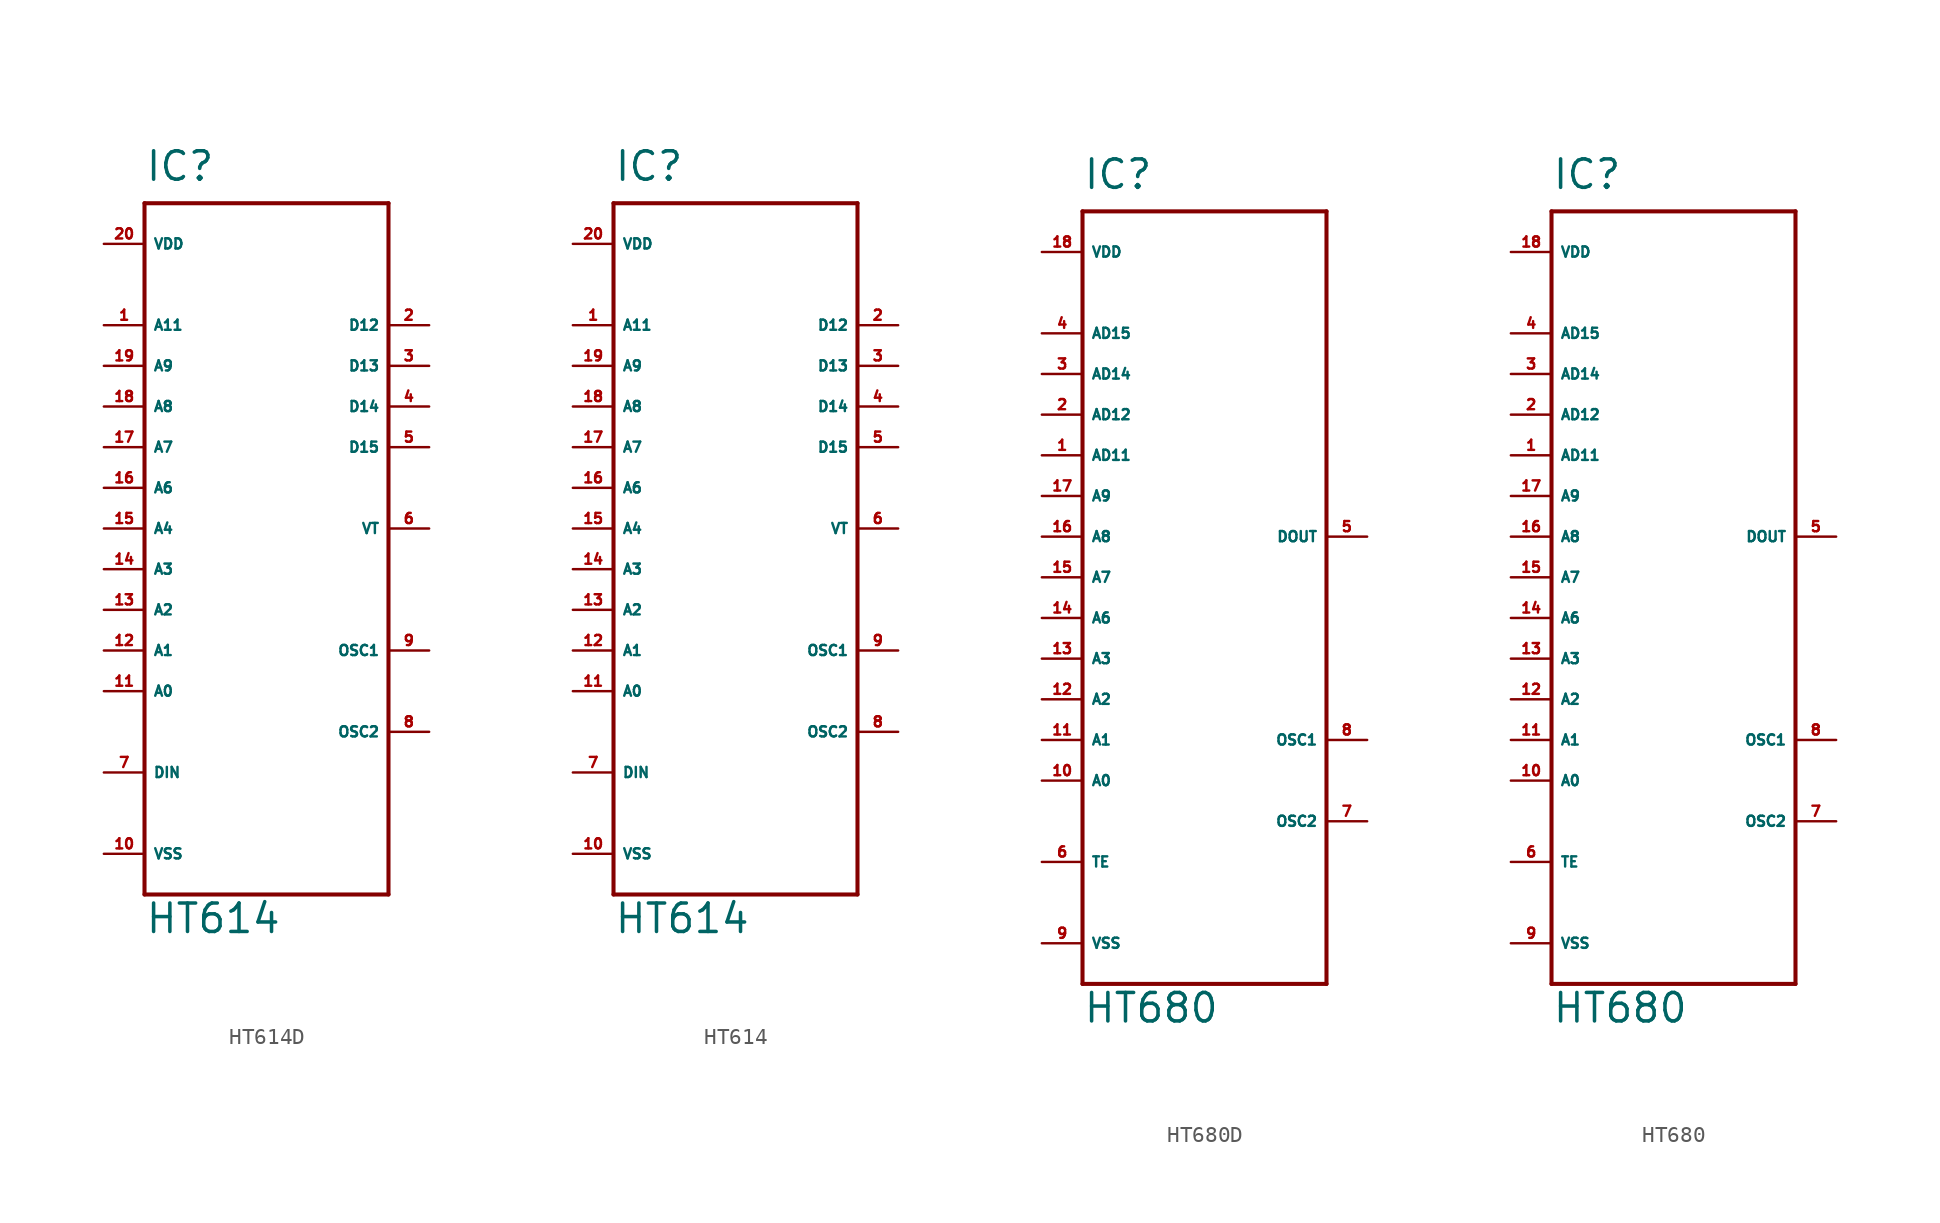
<source format=kicad_sym>
(kicad_symbol_lib
  (version 20220914)
  (generator Eagle2Kicad)
  (symbol "HT614D"
    (property "Reference" "IC"
      (at -7.62 21.59 0)
      (effects (font (size 1.778 1.778) (thickness 0.22)) (justify left bottom)))
    (property "Value" "HT614"
      (at -7.62 -25.4 0)
      (effects (font (size 1.778 1.778) (thickness 0.22)) (justify left bottom)))
    (polyline
      (pts (xy -7.62 20.32) (xy 7.62 20.32))
      (stroke (width 0.254) (type default))
      (fill (type none)))
    (polyline
      (pts (xy 7.62 20.32) (xy 7.62 -22.86))
      (stroke (width 0.254) (type default))
      (fill (type none)))
    (polyline
      (pts (xy 7.62 -22.86) (xy -7.62 -22.86))
      (stroke (width 0.254) (type default))
      (fill (type none)))
    (polyline
      (pts (xy -7.62 -22.86) (xy -7.62 20.32))
      (stroke (width 0.254) (type default))
      (fill (type none)))
    (pin input line
      (at -10.16 -10.16 0)
      (length 2.54)
      (name "A0" (effects (font (size 0.635 0.635) (thickness 0.08)) (justify left bottom)))
      (number "11" (effects (font (size 0.635 0.635) (thickness 0.08)) (justify left bottom))))
    (pin input line
      (at -10.16 -7.62 0)
      (length 2.54)
      (name "A1" (effects (font (size 0.635 0.635) (thickness 0.08)) (justify left bottom)))
      (number "12" (effects (font (size 0.635 0.635) (thickness 0.08)) (justify left bottom))))
    (pin input line
      (at -10.16 -5.08 0)
      (length 2.54)
      (name "A2" (effects (font (size 0.635 0.635) (thickness 0.08)) (justify left bottom)))
      (number "13" (effects (font (size 0.635 0.635) (thickness 0.08)) (justify left bottom))))
    (pin input line
      (at -10.16 -2.54 0)
      (length 2.54)
      (name "A3" (effects (font (size 0.635 0.635) (thickness 0.08)) (justify left bottom)))
      (number "14" (effects (font (size 0.635 0.635) (thickness 0.08)) (justify left bottom))))
    (pin input line
      (at -10.16 0 0)
      (length 2.54)
      (name "A4" (effects (font (size 0.635 0.635) (thickness 0.08)) (justify left bottom)))
      (number "15" (effects (font (size 0.635 0.635) (thickness 0.08)) (justify left bottom))))
    (pin input line
      (at -10.16 2.54 0)
      (length 2.54)
      (name "A6" (effects (font (size 0.635 0.635) (thickness 0.08)) (justify left bottom)))
      (number "16" (effects (font (size 0.635 0.635) (thickness 0.08)) (justify left bottom))))
    (pin input line
      (at -10.16 5.08 0)
      (length 2.54)
      (name "A7" (effects (font (size 0.635 0.635) (thickness 0.08)) (justify left bottom)))
      (number "17" (effects (font (size 0.635 0.635) (thickness 0.08)) (justify left bottom))))
    (pin input line
      (at -10.16 7.62 0)
      (length 2.54)
      (name "A8" (effects (font (size 0.635 0.635) (thickness 0.08)) (justify left bottom)))
      (number "18" (effects (font (size 0.635 0.635) (thickness 0.08)) (justify left bottom))))
    (pin input line
      (at -10.16 10.16 0)
      (length 2.54)
      (name "A9" (effects (font (size 0.635 0.635) (thickness 0.08)) (justify left bottom)))
      (number "19" (effects (font (size 0.635 0.635) (thickness 0.08)) (justify left bottom))))
    (pin input line
      (at -10.16 12.7 0)
      (length 2.54)
      (name "A11" (effects (font (size 0.635 0.635) (thickness 0.08)) (justify left bottom)))
      (number "1" (effects (font (size 0.635 0.635) (thickness 0.08)) (justify left bottom))))
    (pin output line
      (at 10.16 12.7 180)
      (length 2.54)
      (name "D12" (effects (font (size 0.635 0.635) (thickness 0.08)) (justify left bottom)))
      (number "2" (effects (font (size 0.635 0.635) (thickness 0.08)) (justify left bottom))))
    (pin output line
      (at 10.16 10.16 180)
      (length 2.54)
      (name "D13" (effects (font (size 0.635 0.635) (thickness 0.08)) (justify left bottom)))
      (number "3" (effects (font (size 0.635 0.635) (thickness 0.08)) (justify left bottom))))
    (pin output line
      (at 10.16 7.62 180)
      (length 2.54)
      (name "D14" (effects (font (size 0.635 0.635) (thickness 0.08)) (justify left bottom)))
      (number "4" (effects (font (size 0.635 0.635) (thickness 0.08)) (justify left bottom))))
    (pin output line
      (at 10.16 5.08 180)
      (length 2.54)
      (name "D15" (effects (font (size 0.635 0.635) (thickness 0.08)) (justify left bottom)))
      (number "5" (effects (font (size 0.635 0.635) (thickness 0.08)) (justify left bottom))))
    (pin output line
      (at 10.16 0 180)
      (length 2.54)
      (name "VT" (effects (font (size 0.635 0.635) (thickness 0.08)) (justify left bottom)))
      (number "6" (effects (font (size 0.635 0.635) (thickness 0.08)) (justify left bottom))))
    (pin input line
      (at -10.16 -15.24 0)
      (length 2.54)
      (name "DIN" (effects (font (size 0.635 0.635) (thickness 0.08)) (justify left bottom)))
      (number "7" (effects (font (size 0.635 0.635) (thickness 0.08)) (justify left bottom))))
    (pin unspecified line
      (at -10.16 -20.32 0)
      (length 2.54)
      (name "VSS" (effects (font (size 0.635 0.635) (thickness 0.08)) (justify left bottom)))
      (number "10" (effects (font (size 0.635 0.635) (thickness 0.08)) (justify left bottom))))
    (pin unspecified line
      (at -10.16 17.78 0)
      (length 2.54)
      (name "VDD" (effects (font (size 0.635 0.635) (thickness 0.08)) (justify left bottom)))
      (number "20" (effects (font (size 0.635 0.635) (thickness 0.08)) (justify left bottom))))
    (pin input line
      (at 10.16 -7.62 180)
      (length 2.54)
      (name "OSC1" (effects (font (size 0.635 0.635) (thickness 0.08)) (justify left bottom)))
      (number "9" (effects (font (size 0.635 0.635) (thickness 0.08)) (justify left bottom))))
    (pin output line
      (at 10.16 -12.7 180)
      (length 2.54)
      (name "OSC2" (effects (font (size 0.635 0.635) (thickness 0.08)) (justify left bottom)))
      (number "8" (effects (font (size 0.635 0.635) (thickness 0.08)) (justify left bottom)))))
  (symbol "HT614"
    (property "Reference" "IC"
      (at -7.62 21.59 0)
      (effects (font (size 1.778 1.778) (thickness 0.22)) (justify left bottom)))
    (property "Value" "HT614"
      (at -7.62 -25.4 0)
      (effects (font (size 1.778 1.778) (thickness 0.22)) (justify left bottom)))
    (polyline
      (pts (xy -7.62 20.32) (xy 7.62 20.32))
      (stroke (width 0.254) (type default))
      (fill (type none)))
    (polyline
      (pts (xy 7.62 20.32) (xy 7.62 -22.86))
      (stroke (width 0.254) (type default))
      (fill (type none)))
    (polyline
      (pts (xy 7.62 -22.86) (xy -7.62 -22.86))
      (stroke (width 0.254) (type default))
      (fill (type none)))
    (polyline
      (pts (xy -7.62 -22.86) (xy -7.62 20.32))
      (stroke (width 0.254) (type default))
      (fill (type none)))
    (pin input line
      (at -10.16 -10.16 0)
      (length 2.54)
      (name "A0" (effects (font (size 0.635 0.635) (thickness 0.08)) (justify left bottom)))
      (number "11" (effects (font (size 0.635 0.635) (thickness 0.08)) (justify left bottom))))
    (pin input line
      (at -10.16 -7.62 0)
      (length 2.54)
      (name "A1" (effects (font (size 0.635 0.635) (thickness 0.08)) (justify left bottom)))
      (number "12" (effects (font (size 0.635 0.635) (thickness 0.08)) (justify left bottom))))
    (pin input line
      (at -10.16 -5.08 0)
      (length 2.54)
      (name "A2" (effects (font (size 0.635 0.635) (thickness 0.08)) (justify left bottom)))
      (number "13" (effects (font (size 0.635 0.635) (thickness 0.08)) (justify left bottom))))
    (pin input line
      (at -10.16 -2.54 0)
      (length 2.54)
      (name "A3" (effects (font (size 0.635 0.635) (thickness 0.08)) (justify left bottom)))
      (number "14" (effects (font (size 0.635 0.635) (thickness 0.08)) (justify left bottom))))
    (pin input line
      (at -10.16 0 0)
      (length 2.54)
      (name "A4" (effects (font (size 0.635 0.635) (thickness 0.08)) (justify left bottom)))
      (number "15" (effects (font (size 0.635 0.635) (thickness 0.08)) (justify left bottom))))
    (pin input line
      (at -10.16 2.54 0)
      (length 2.54)
      (name "A6" (effects (font (size 0.635 0.635) (thickness 0.08)) (justify left bottom)))
      (number "16" (effects (font (size 0.635 0.635) (thickness 0.08)) (justify left bottom))))
    (pin input line
      (at -10.16 5.08 0)
      (length 2.54)
      (name "A7" (effects (font (size 0.635 0.635) (thickness 0.08)) (justify left bottom)))
      (number "17" (effects (font (size 0.635 0.635) (thickness 0.08)) (justify left bottom))))
    (pin input line
      (at -10.16 7.62 0)
      (length 2.54)
      (name "A8" (effects (font (size 0.635 0.635) (thickness 0.08)) (justify left bottom)))
      (number "18" (effects (font (size 0.635 0.635) (thickness 0.08)) (justify left bottom))))
    (pin input line
      (at -10.16 10.16 0)
      (length 2.54)
      (name "A9" (effects (font (size 0.635 0.635) (thickness 0.08)) (justify left bottom)))
      (number "19" (effects (font (size 0.635 0.635) (thickness 0.08)) (justify left bottom))))
    (pin input line
      (at -10.16 12.7 0)
      (length 2.54)
      (name "A11" (effects (font (size 0.635 0.635) (thickness 0.08)) (justify left bottom)))
      (number "1" (effects (font (size 0.635 0.635) (thickness 0.08)) (justify left bottom))))
    (pin output line
      (at 10.16 12.7 180)
      (length 2.54)
      (name "D12" (effects (font (size 0.635 0.635) (thickness 0.08)) (justify left bottom)))
      (number "2" (effects (font (size 0.635 0.635) (thickness 0.08)) (justify left bottom))))
    (pin output line
      (at 10.16 10.16 180)
      (length 2.54)
      (name "D13" (effects (font (size 0.635 0.635) (thickness 0.08)) (justify left bottom)))
      (number "3" (effects (font (size 0.635 0.635) (thickness 0.08)) (justify left bottom))))
    (pin output line
      (at 10.16 7.62 180)
      (length 2.54)
      (name "D14" (effects (font (size 0.635 0.635) (thickness 0.08)) (justify left bottom)))
      (number "4" (effects (font (size 0.635 0.635) (thickness 0.08)) (justify left bottom))))
    (pin output line
      (at 10.16 5.08 180)
      (length 2.54)
      (name "D15" (effects (font (size 0.635 0.635) (thickness 0.08)) (justify left bottom)))
      (number "5" (effects (font (size 0.635 0.635) (thickness 0.08)) (justify left bottom))))
    (pin output line
      (at 10.16 0 180)
      (length 2.54)
      (name "VT" (effects (font (size 0.635 0.635) (thickness 0.08)) (justify left bottom)))
      (number "6" (effects (font (size 0.635 0.635) (thickness 0.08)) (justify left bottom))))
    (pin input line
      (at -10.16 -15.24 0)
      (length 2.54)
      (name "DIN" (effects (font (size 0.635 0.635) (thickness 0.08)) (justify left bottom)))
      (number "7" (effects (font (size 0.635 0.635) (thickness 0.08)) (justify left bottom))))
    (pin unspecified line
      (at -10.16 -20.32 0)
      (length 2.54)
      (name "VSS" (effects (font (size 0.635 0.635) (thickness 0.08)) (justify left bottom)))
      (number "10" (effects (font (size 0.635 0.635) (thickness 0.08)) (justify left bottom))))
    (pin unspecified line
      (at -10.16 17.78 0)
      (length 2.54)
      (name "VDD" (effects (font (size 0.635 0.635) (thickness 0.08)) (justify left bottom)))
      (number "20" (effects (font (size 0.635 0.635) (thickness 0.08)) (justify left bottom))))
    (pin input line
      (at 10.16 -7.62 180)
      (length 2.54)
      (name "OSC1" (effects (font (size 0.635 0.635) (thickness 0.08)) (justify left bottom)))
      (number "9" (effects (font (size 0.635 0.635) (thickness 0.08)) (justify left bottom))))
    (pin output line
      (at 10.16 -12.7 180)
      (length 2.54)
      (name "OSC2" (effects (font (size 0.635 0.635) (thickness 0.08)) (justify left bottom)))
      (number "8" (effects (font (size 0.635 0.635) (thickness 0.08)) (justify left bottom)))))
  (symbol "HT680D"
    (property "Reference" "IC"
      (at -7.62 24.13 0)
      (effects (font (size 1.778 1.778) (thickness 0.22)) (justify left bottom)))
    (property "Value" "HT680"
      (at -7.62 -27.94 0)
      (effects (font (size 1.778 1.778) (thickness 0.22)) (justify left bottom)))
    (polyline
      (pts (xy -7.62 22.86) (xy 7.62 22.86))
      (stroke (width 0.254) (type default))
      (fill (type none)))
    (polyline
      (pts (xy 7.62 22.86) (xy 7.62 -25.4))
      (stroke (width 0.254) (type default))
      (fill (type none)))
    (polyline
      (pts (xy 7.62 -25.4) (xy -7.62 -25.4))
      (stroke (width 0.254) (type default))
      (fill (type none)))
    (polyline
      (pts (xy -7.62 -25.4) (xy -7.62 22.86))
      (stroke (width 0.254) (type default))
      (fill (type none)))
    (pin input line
      (at -10.16 -12.7 0)
      (length 2.54)
      (name "A0" (effects (font (size 0.635 0.635) (thickness 0.08)) (justify left bottom)))
      (number "10" (effects (font (size 0.635 0.635) (thickness 0.08)) (justify left bottom))))
    (pin input line
      (at -10.16 -10.16 0)
      (length 2.54)
      (name "A1" (effects (font (size 0.635 0.635) (thickness 0.08)) (justify left bottom)))
      (number "11" (effects (font (size 0.635 0.635) (thickness 0.08)) (justify left bottom))))
    (pin input line
      (at -10.16 -7.62 0)
      (length 2.54)
      (name "A2" (effects (font (size 0.635 0.635) (thickness 0.08)) (justify left bottom)))
      (number "12" (effects (font (size 0.635 0.635) (thickness 0.08)) (justify left bottom))))
    (pin input line
      (at -10.16 -5.08 0)
      (length 2.54)
      (name "A3" (effects (font (size 0.635 0.635) (thickness 0.08)) (justify left bottom)))
      (number "13" (effects (font (size 0.635 0.635) (thickness 0.08)) (justify left bottom))))
    (pin input line
      (at -10.16 -2.54 0)
      (length 2.54)
      (name "A6" (effects (font (size 0.635 0.635) (thickness 0.08)) (justify left bottom)))
      (number "14" (effects (font (size 0.635 0.635) (thickness 0.08)) (justify left bottom))))
    (pin input line
      (at -10.16 0 0)
      (length 2.54)
      (name "A7" (effects (font (size 0.635 0.635) (thickness 0.08)) (justify left bottom)))
      (number "15" (effects (font (size 0.635 0.635) (thickness 0.08)) (justify left bottom))))
    (pin input line
      (at -10.16 2.54 0)
      (length 2.54)
      (name "A8" (effects (font (size 0.635 0.635) (thickness 0.08)) (justify left bottom)))
      (number "16" (effects (font (size 0.635 0.635) (thickness 0.08)) (justify left bottom))))
    (pin input line
      (at -10.16 5.08 0)
      (length 2.54)
      (name "A9" (effects (font (size 0.635 0.635) (thickness 0.08)) (justify left bottom)))
      (number "17" (effects (font (size 0.635 0.635) (thickness 0.08)) (justify left bottom))))
    (pin input line
      (at -10.16 7.62 0)
      (length 2.54)
      (name "AD11" (effects (font (size 0.635 0.635) (thickness 0.08)) (justify left bottom)))
      (number "1" (effects (font (size 0.635 0.635) (thickness 0.08)) (justify left bottom))))
    (pin input line
      (at -10.16 10.16 0)
      (length 2.54)
      (name "AD12" (effects (font (size 0.635 0.635) (thickness 0.08)) (justify left bottom)))
      (number "2" (effects (font (size 0.635 0.635) (thickness 0.08)) (justify left bottom))))
    (pin input line
      (at -10.16 12.7 0)
      (length 2.54)
      (name "AD14" (effects (font (size 0.635 0.635) (thickness 0.08)) (justify left bottom)))
      (number "3" (effects (font (size 0.635 0.635) (thickness 0.08)) (justify left bottom))))
    (pin input line
      (at -10.16 15.24 0)
      (length 2.54)
      (name "AD15" (effects (font (size 0.635 0.635) (thickness 0.08)) (justify left bottom)))
      (number "4" (effects (font (size 0.635 0.635) (thickness 0.08)) (justify left bottom))))
    (pin input line
      (at -10.16 -17.78 0)
      (length 2.54)
      (name "TE" (effects (font (size 0.635 0.635) (thickness 0.08)) (justify left bottom)))
      (number "6" (effects (font (size 0.635 0.635) (thickness 0.08)) (justify left bottom))))
    (pin input line
      (at 10.16 2.54 180)
      (length 2.54)
      (name "DOUT" (effects (font (size 0.635 0.635) (thickness 0.08)) (justify left bottom)))
      (number "5" (effects (font (size 0.635 0.635) (thickness 0.08)) (justify left bottom))))
    (pin unspecified line
      (at -10.16 -22.86 0)
      (length 2.54)
      (name "VSS" (effects (font (size 0.635 0.635) (thickness 0.08)) (justify left bottom)))
      (number "9" (effects (font (size 0.635 0.635) (thickness 0.08)) (justify left bottom))))
    (pin unspecified line
      (at -10.16 20.32 0)
      (length 2.54)
      (name "VDD" (effects (font (size 0.635 0.635) (thickness 0.08)) (justify left bottom)))
      (number "18" (effects (font (size 0.635 0.635) (thickness 0.08)) (justify left bottom))))
    (pin input line
      (at 10.16 -10.16 180)
      (length 2.54)
      (name "OSC1" (effects (font (size 0.635 0.635) (thickness 0.08)) (justify left bottom)))
      (number "8" (effects (font (size 0.635 0.635) (thickness 0.08)) (justify left bottom))))
    (pin output line
      (at 10.16 -15.24 180)
      (length 2.54)
      (name "OSC2" (effects (font (size 0.635 0.635) (thickness 0.08)) (justify left bottom)))
      (number "7" (effects (font (size 0.635 0.635) (thickness 0.08)) (justify left bottom)))))
  (symbol "HT680"
    (property "Reference" "IC"
      (at -7.62 24.13 0)
      (effects (font (size 1.778 1.778) (thickness 0.22)) (justify left bottom)))
    (property "Value" "HT680"
      (at -7.62 -27.94 0)
      (effects (font (size 1.778 1.778) (thickness 0.22)) (justify left bottom)))
    (polyline
      (pts (xy -7.62 22.86) (xy 7.62 22.86))
      (stroke (width 0.254) (type default))
      (fill (type none)))
    (polyline
      (pts (xy 7.62 22.86) (xy 7.62 -25.4))
      (stroke (width 0.254) (type default))
      (fill (type none)))
    (polyline
      (pts (xy 7.62 -25.4) (xy -7.62 -25.4))
      (stroke (width 0.254) (type default))
      (fill (type none)))
    (polyline
      (pts (xy -7.62 -25.4) (xy -7.62 22.86))
      (stroke (width 0.254) (type default))
      (fill (type none)))
    (pin input line
      (at -10.16 -12.7 0)
      (length 2.54)
      (name "A0" (effects (font (size 0.635 0.635) (thickness 0.08)) (justify left bottom)))
      (number "10" (effects (font (size 0.635 0.635) (thickness 0.08)) (justify left bottom))))
    (pin input line
      (at -10.16 -10.16 0)
      (length 2.54)
      (name "A1" (effects (font (size 0.635 0.635) (thickness 0.08)) (justify left bottom)))
      (number "11" (effects (font (size 0.635 0.635) (thickness 0.08)) (justify left bottom))))
    (pin input line
      (at -10.16 -7.62 0)
      (length 2.54)
      (name "A2" (effects (font (size 0.635 0.635) (thickness 0.08)) (justify left bottom)))
      (number "12" (effects (font (size 0.635 0.635) (thickness 0.08)) (justify left bottom))))
    (pin input line
      (at -10.16 -5.08 0)
      (length 2.54)
      (name "A3" (effects (font (size 0.635 0.635) (thickness 0.08)) (justify left bottom)))
      (number "13" (effects (font (size 0.635 0.635) (thickness 0.08)) (justify left bottom))))
    (pin input line
      (at -10.16 -2.54 0)
      (length 2.54)
      (name "A6" (effects (font (size 0.635 0.635) (thickness 0.08)) (justify left bottom)))
      (number "14" (effects (font (size 0.635 0.635) (thickness 0.08)) (justify left bottom))))
    (pin input line
      (at -10.16 0 0)
      (length 2.54)
      (name "A7" (effects (font (size 0.635 0.635) (thickness 0.08)) (justify left bottom)))
      (number "15" (effects (font (size 0.635 0.635) (thickness 0.08)) (justify left bottom))))
    (pin input line
      (at -10.16 2.54 0)
      (length 2.54)
      (name "A8" (effects (font (size 0.635 0.635) (thickness 0.08)) (justify left bottom)))
      (number "16" (effects (font (size 0.635 0.635) (thickness 0.08)) (justify left bottom))))
    (pin input line
      (at -10.16 5.08 0)
      (length 2.54)
      (name "A9" (effects (font (size 0.635 0.635) (thickness 0.08)) (justify left bottom)))
      (number "17" (effects (font (size 0.635 0.635) (thickness 0.08)) (justify left bottom))))
    (pin input line
      (at -10.16 7.62 0)
      (length 2.54)
      (name "AD11" (effects (font (size 0.635 0.635) (thickness 0.08)) (justify left bottom)))
      (number "1" (effects (font (size 0.635 0.635) (thickness 0.08)) (justify left bottom))))
    (pin input line
      (at -10.16 10.16 0)
      (length 2.54)
      (name "AD12" (effects (font (size 0.635 0.635) (thickness 0.08)) (justify left bottom)))
      (number "2" (effects (font (size 0.635 0.635) (thickness 0.08)) (justify left bottom))))
    (pin input line
      (at -10.16 12.7 0)
      (length 2.54)
      (name "AD14" (effects (font (size 0.635 0.635) (thickness 0.08)) (justify left bottom)))
      (number "3" (effects (font (size 0.635 0.635) (thickness 0.08)) (justify left bottom))))
    (pin input line
      (at -10.16 15.24 0)
      (length 2.54)
      (name "AD15" (effects (font (size 0.635 0.635) (thickness 0.08)) (justify left bottom)))
      (number "4" (effects (font (size 0.635 0.635) (thickness 0.08)) (justify left bottom))))
    (pin input line
      (at -10.16 -17.78 0)
      (length 2.54)
      (name "TE" (effects (font (size 0.635 0.635) (thickness 0.08)) (justify left bottom)))
      (number "6" (effects (font (size 0.635 0.635) (thickness 0.08)) (justify left bottom))))
    (pin input line
      (at 10.16 2.54 180)
      (length 2.54)
      (name "DOUT" (effects (font (size 0.635 0.635) (thickness 0.08)) (justify left bottom)))
      (number "5" (effects (font (size 0.635 0.635) (thickness 0.08)) (justify left bottom))))
    (pin unspecified line
      (at -10.16 -22.86 0)
      (length 2.54)
      (name "VSS" (effects (font (size 0.635 0.635) (thickness 0.08)) (justify left bottom)))
      (number "9" (effects (font (size 0.635 0.635) (thickness 0.08)) (justify left bottom))))
    (pin unspecified line
      (at -10.16 20.32 0)
      (length 2.54)
      (name "VDD" (effects (font (size 0.635 0.635) (thickness 0.08)) (justify left bottom)))
      (number "18" (effects (font (size 0.635 0.635) (thickness 0.08)) (justify left bottom))))
    (pin input line
      (at 10.16 -10.16 180)
      (length 2.54)
      (name "OSC1" (effects (font (size 0.635 0.635) (thickness 0.08)) (justify left bottom)))
      (number "8" (effects (font (size 0.635 0.635) (thickness 0.08)) (justify left bottom))))
    (pin output line
      (at 10.16 -15.24 180)
      (length 2.54)
      (name "OSC2" (effects (font (size 0.635 0.635) (thickness 0.08)) (justify left bottom)))
      (number "7" (effects (font (size 0.635 0.635) (thickness 0.08)) (justify left bottom))))))
</source>
